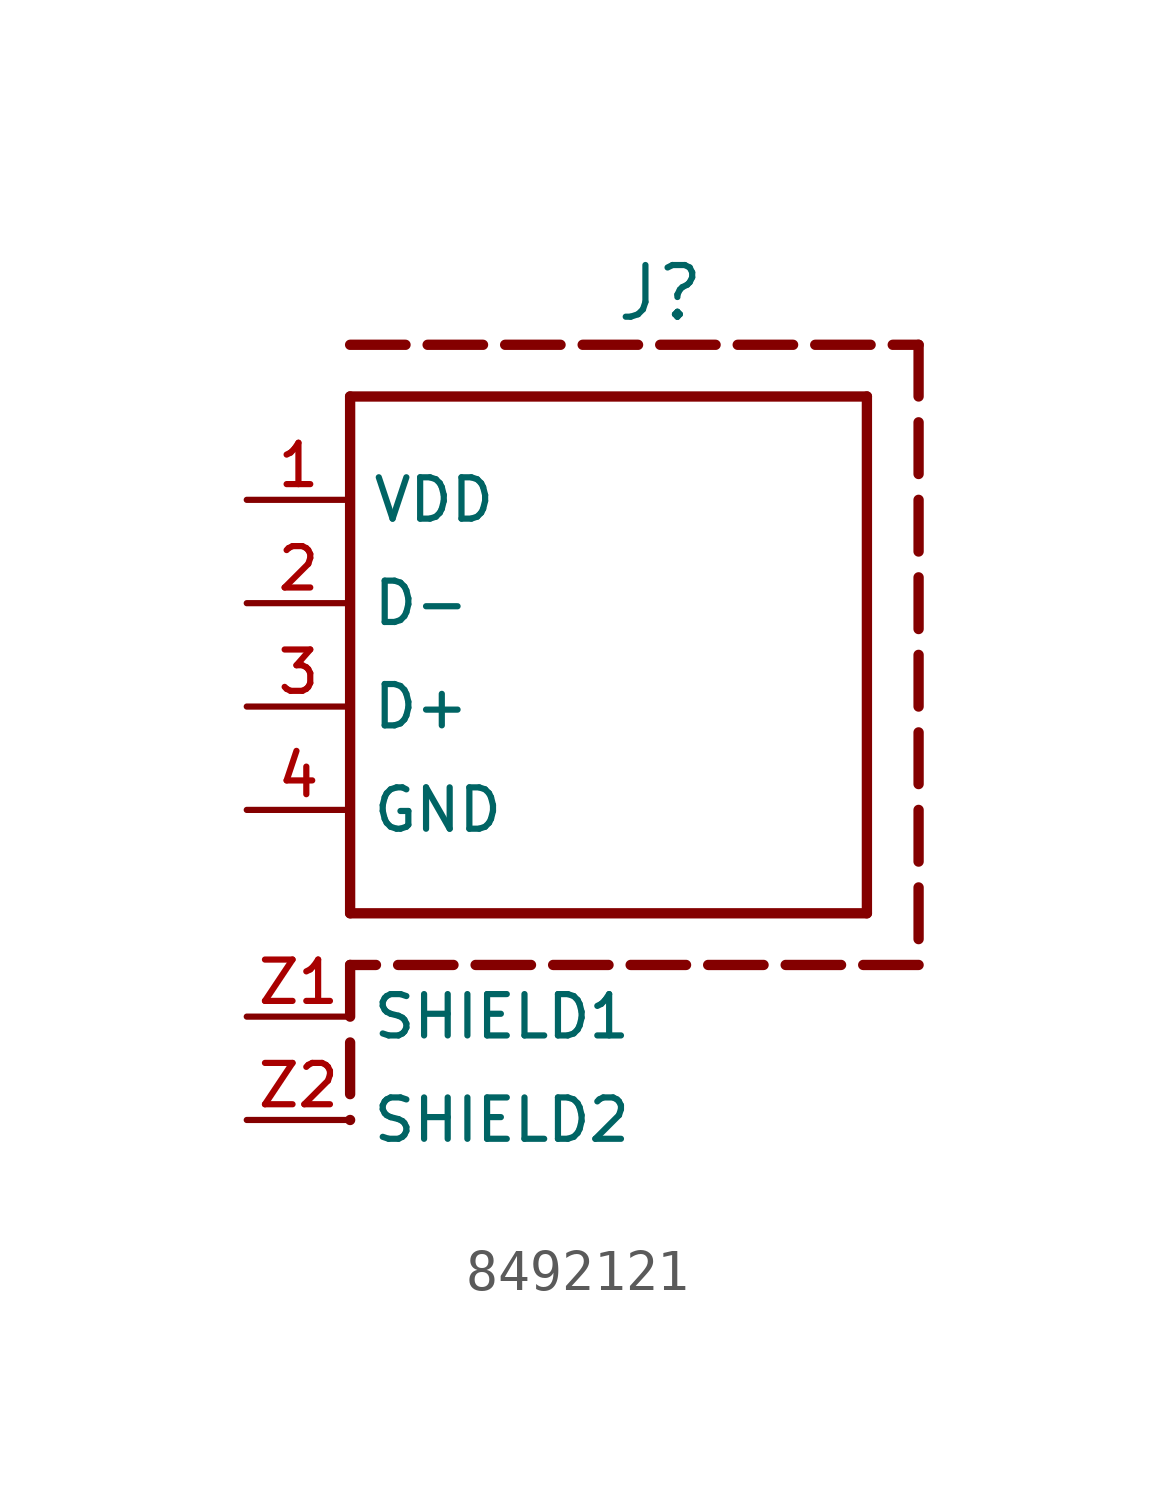
<source format=kicad_sym>
(kicad_symbol_lib
  (version 20220914)
  (generator kicad_symbol_editor)
  (symbol "8492121"
    (property "Reference" "J"
      (at 0 10.16 0)
      (effects (font (size 1.27 1.27))))
    (property "Critical Parameter" ""
      (at 0 -5.08 0)
      (effects (font (size 1.27 1.27))))
    (symbol "8492121_0_0"
      (polyline (pts (xy -7.62 -10.16) (xy -7.62 -10.16)) (stroke (width 0.254) (type default)) (fill (type none)))
      (polyline (pts (xy -7.62 -8.255) (xy -7.62 -9.525)) (stroke (width 0.254) (type default)) (fill (type none)))
      (polyline (pts (xy -7.62 -6.35) (xy -7.62 -7.62)) (stroke (width 0.254) (type default)) (fill (type none)))
      (polyline (pts (xy -7.62 -5.08) (xy -7.62 7.62)) (stroke (width 0.254) (type default)) (fill (type none)))
      (polyline (pts (xy -7.62 7.62) (xy 5.08 7.62)) (stroke (width 0.254) (type default)) (fill (type none)))
      (polyline (pts (xy -7.62 8.89) (xy -6.259 8.89)) (stroke (width 0.254) (type default)) (fill (type none)))
      (polyline (pts (xy -6.985 -6.35) (xy -7.62 -6.35)) (stroke (width 0.254) (type default)) (fill (type none)))
      (polyline (pts (xy -5.715 8.89) (xy -4.354 8.89)) (stroke (width 0.254) (type default)) (fill (type none)))
      (polyline (pts (xy -5.08 -6.35) (xy -6.441 -6.35)) (stroke (width 0.254) (type default)) (fill (type none)))
      (polyline (pts (xy -3.81 8.89) (xy -2.449 8.89)) (stroke (width 0.254) (type default)) (fill (type none)))
      (polyline (pts (xy -3.175 -6.35) (xy -4.536 -6.35)) (stroke (width 0.254) (type default)) (fill (type none)))
      (polyline (pts (xy -1.905 8.89) (xy -0.544 8.89)) (stroke (width 0.254) (type default)) (fill (type none)))
      (polyline (pts (xy -1.27 -6.35) (xy -2.631 -6.35)) (stroke (width 0.254) (type default)) (fill (type none)))
      (polyline (pts (xy 0 8.89) (xy 1.361 8.89)) (stroke (width 0.254) (type default)) (fill (type none)))
      (polyline (pts (xy 0.635 -6.35) (xy -0.726 -6.35)) (stroke (width 0.254) (type default)) (fill (type none)))
      (polyline (pts (xy 1.905 8.89) (xy 3.266 8.89)) (stroke (width 0.254) (type default)) (fill (type none)))
      (polyline (pts (xy 2.54 -6.35) (xy 1.179 -6.35)) (stroke (width 0.254) (type default)) (fill (type none)))
      (polyline (pts (xy 3.81 8.89) (xy 5.171 8.89)) (stroke (width 0.254) (type default)) (fill (type none)))
      (polyline (pts (xy 4.445 -6.35) (xy 3.084 -6.35)) (stroke (width 0.254) (type default)) (fill (type none)))
      (polyline (pts (xy 5.08 -5.08) (xy -7.62 -5.08)) (stroke (width 0.254) (type default)) (fill (type none)))
      (polyline (pts (xy 5.08 7.62) (xy 5.08 -5.08)) (stroke (width 0.254) (type default)) (fill (type none)))
      (polyline (pts (xy 5.715 8.89) (xy 6.35 8.89)) (stroke (width 0.254) (type default)) (fill (type none)))
      (polyline (pts (xy 6.35 -6.35) (xy 4.989 -6.35)) (stroke (width 0.254) (type default)) (fill (type none)))
      (polyline (pts (xy 6.35 -4.445) (xy 6.35 -5.715)) (stroke (width 0.254) (type default)) (fill (type none)))
      (polyline (pts (xy 6.35 -2.54) (xy 6.35 -3.81)) (stroke (width 0.254) (type default)) (fill (type none)))
      (polyline (pts (xy 6.35 -0.635) (xy 6.35 -1.905)) (stroke (width 0.254) (type default)) (fill (type none)))
      (polyline (pts (xy 6.35 1.27) (xy 6.35 0)) (stroke (width 0.254) (type default)) (fill (type none)))
      (polyline (pts (xy 6.35 3.175) (xy 6.35 1.905)) (stroke (width 0.254) (type default)) (fill (type none)))
      (polyline (pts (xy 6.35 5.08) (xy 6.35 3.81)) (stroke (width 0.254) (type default)) (fill (type none)))
      (polyline (pts (xy 6.35 6.985) (xy 6.35 5.715)) (stroke (width 0.254) (type default)) (fill (type none)))
      (polyline (pts (xy 6.35 8.89) (xy 6.35 7.62)) (stroke (width 0.254) (type default)) (fill (type none)))
      (pin passive line (at -10.16 2.54 0) (length 2.54) (name "D-" (effects (font (size 1.016 1.016)))) (number "2" (effects (font (size 1.016 1.016)))))
      (pin passive line (at -10.16 0 0) (length 2.54) (name "D+" (effects (font (size 1.016 1.016)))) (number "3" (effects (font (size 1.016 1.016)))))
      (pin passive line (at -10.16 -2.54 0) (length 2.54) (name "GND" (effects (font (size 1.016 1.016)))) (number "4" (effects (font (size 1.016 1.016)))))
      (pin power_in line (at -10.16 -7.62 0) (length 2.54) (name "SHIELD1" (effects (font (size 1.016 1.016)))) (number "Z1" (effects (font (size 1.016 1.016)))))
      (pin power_in line (at -10.16 -10.16 0) (length 2.54) (name "SHIELD2" (effects (font (size 1.016 1.016)))) (number "Z2" (effects (font (size 1.016 1.016))))))
    (symbol "8492121_1_0"
      (pin passive line (at -10.16 5.08 0) (length 2.54) (name "VDD" (effects (font (size 1.016 1.016)))) (number "1" (effects (font (size 1.016 1.016))))))))
</source>
